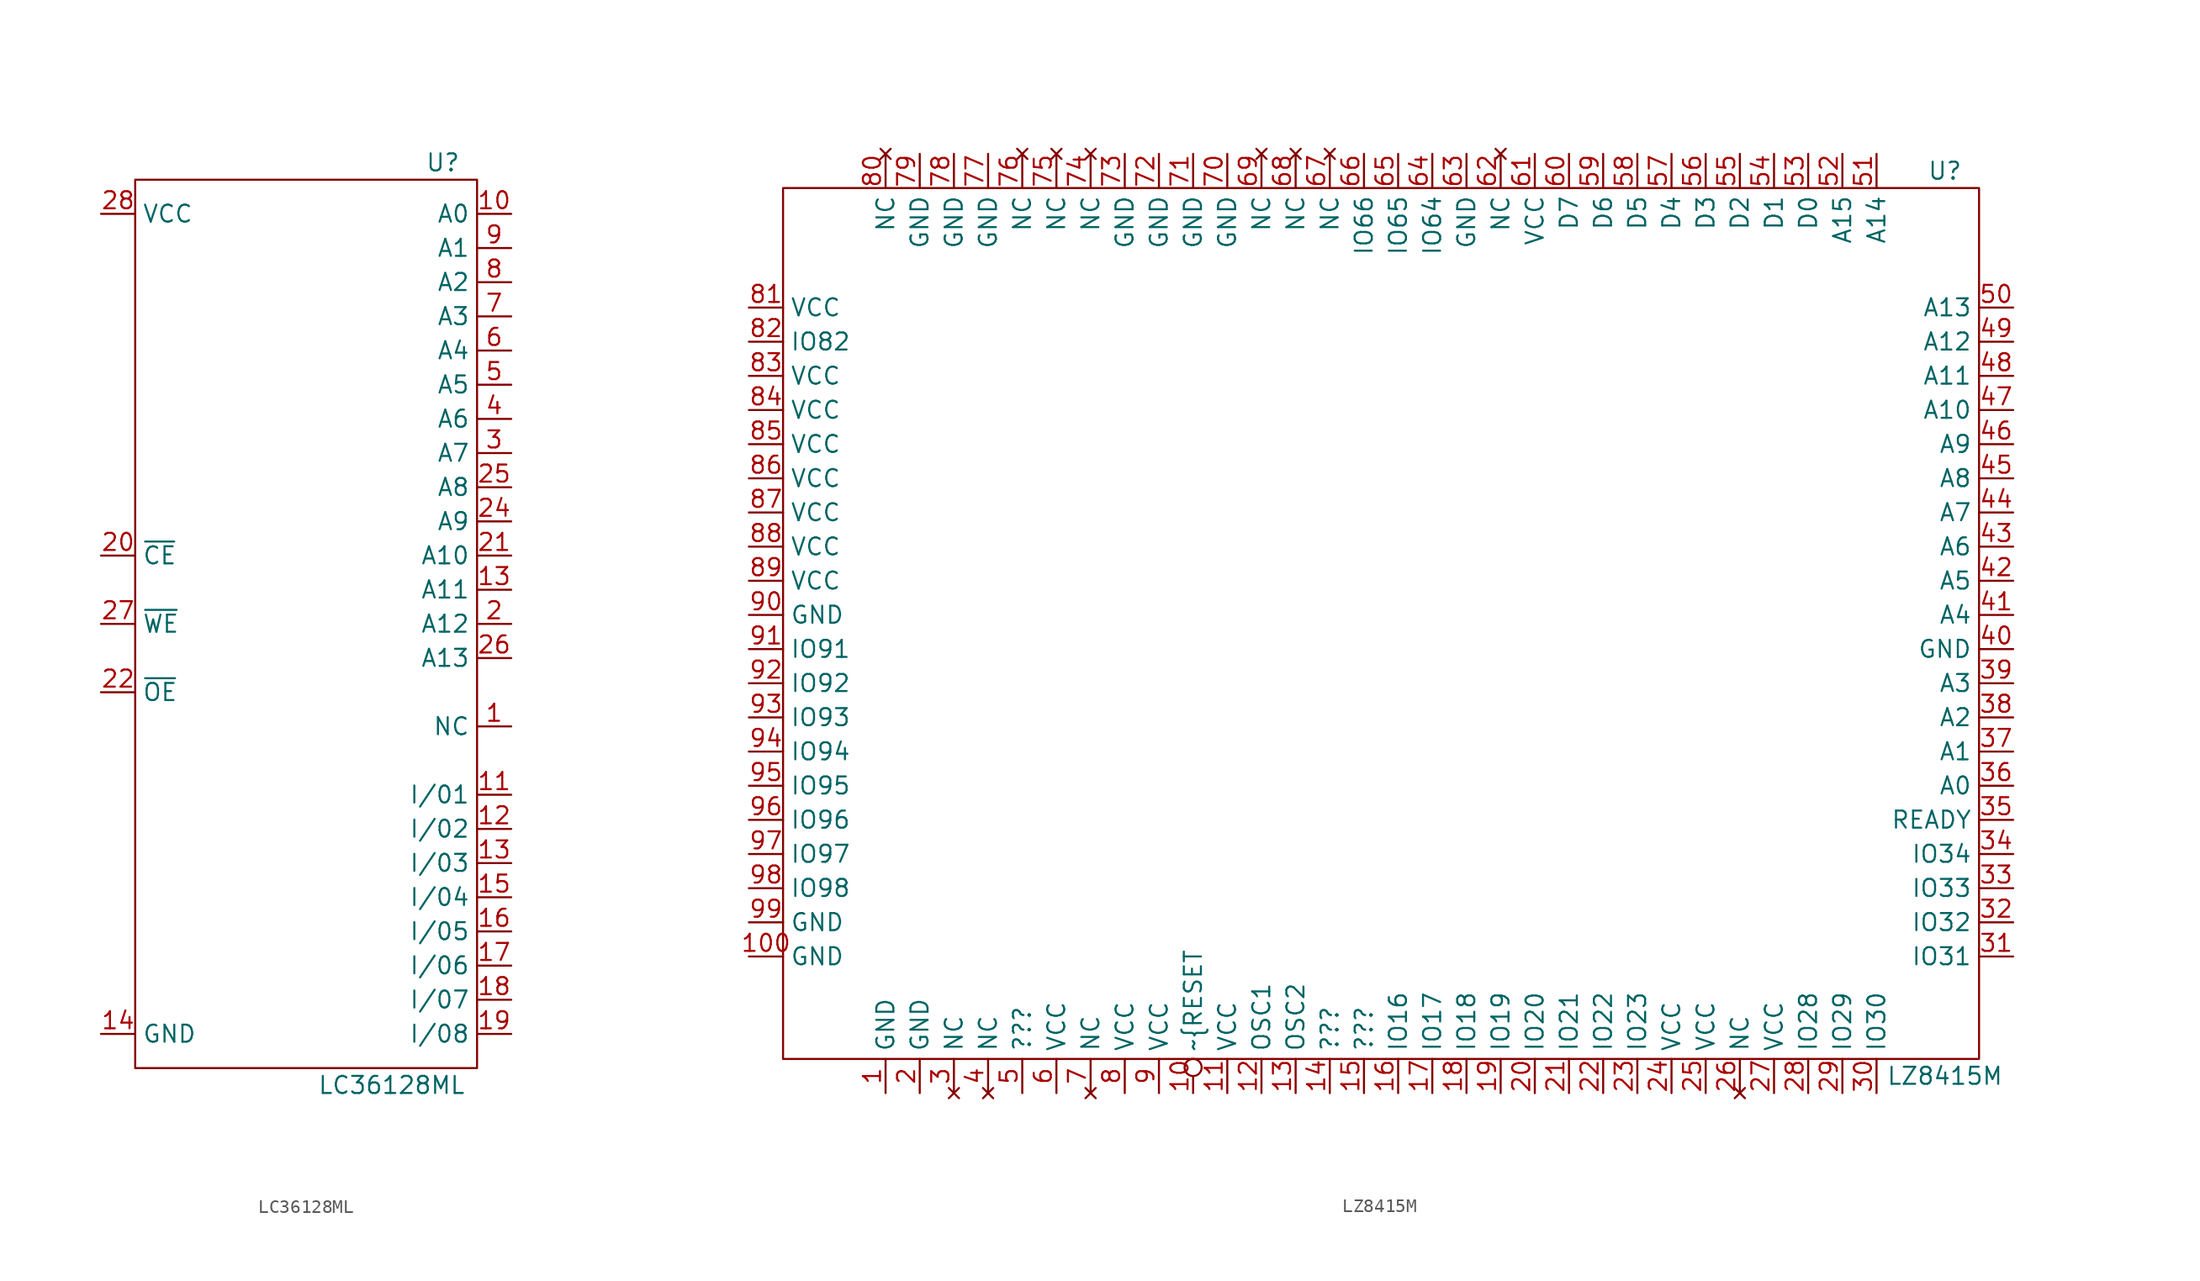
<source format=kicad_sym>
(kicad_symbol_lib
  (version 20211014)
  (generator kicad_symbol_editor)
  (symbol "LC36128ML"
    (property "Reference" "U"
      (at 10.16 34.29 0)
      (effects (font (size 1.27 1.27))))
    (property "Value" "LC36128ML"
      (at 6.35 -34.29 0)
      (effects (font (size 1.27 1.27))))
    (symbol "LC36128ML_0_1"
      (rectangle (start -12.7 33.02) (end 12.7 -33.02) (stroke (width 0) (type default) (color 0 0 0 0)) (fill (type none))))
    (symbol "LC36128ML_1_1"
      (pin input line (at 15.24 -7.62 180) (length 2.54) (name "NC" (effects (font (size 1.27 1.27)))) (number "1" (effects (font (size 1.27 1.27)))))
      (pin input line (at 15.24 30.48 180) (length 2.54) (name "A0" (effects (font (size 1.27 1.27)))) (number "10" (effects (font (size 1.27 1.27)))))
      (pin bidirectional line (at 15.24 -12.7 180) (length 2.54) (name "I/01" (effects (font (size 1.27 1.27)))) (number "11" (effects (font (size 1.27 1.27)))))
      (pin bidirectional line (at 15.24 -15.24 180) (length 2.54) (name "I/02" (effects (font (size 1.27 1.27)))) (number "12" (effects (font (size 1.27 1.27)))))
      (pin input line (at 15.24 2.54 180) (length 2.54) (name "A11" (effects (font (size 1.27 1.27)))) (number "13" (effects (font (size 1.27 1.27)))))
      (pin bidirectional line (at 15.24 -17.78 180) (length 2.54) (name "I/03" (effects (font (size 1.27 1.27)))) (number "13" (effects (font (size 1.27 1.27)))))
      (pin power_in line (at -15.24 -30.48 0) (length 2.54) (name "GND" (effects (font (size 1.27 1.27)))) (number "14" (effects (font (size 1.27 1.27)))))
      (pin bidirectional line (at 15.24 -20.32 180) (length 2.54) (name "I/04" (effects (font (size 1.27 1.27)))) (number "15" (effects (font (size 1.27 1.27)))))
      (pin bidirectional line (at 15.24 -22.86 180) (length 2.54) (name "I/05" (effects (font (size 1.27 1.27)))) (number "16" (effects (font (size 1.27 1.27)))))
      (pin bidirectional line (at 15.24 -25.4 180) (length 2.54) (name "I/06" (effects (font (size 1.27 1.27)))) (number "17" (effects (font (size 1.27 1.27)))))
      (pin bidirectional line (at 15.24 -27.94 180) (length 2.54) (name "I/07" (effects (font (size 1.27 1.27)))) (number "18" (effects (font (size 1.27 1.27)))))
      (pin bidirectional line (at 15.24 -30.48 180) (length 2.54) (name "I/08" (effects (font (size 1.27 1.27)))) (number "19" (effects (font (size 1.27 1.27)))))
      (pin input line (at 15.24 0 180) (length 2.54) (name "A12" (effects (font (size 1.27 1.27)))) (number "2" (effects (font (size 1.27 1.27)))))
      (pin input line (at -15.24 5.08 0) (length 2.54) (name "~{CE}" (effects (font (size 1.27 1.27)))) (number "20" (effects (font (size 1.27 1.27)))))
      (pin input line (at 15.24 5.08 180) (length 2.54) (name "A10" (effects (font (size 1.27 1.27)))) (number "21" (effects (font (size 1.27 1.27)))))
      (pin input line (at -15.24 -5.08 0) (length 2.54) (name "~{OE}" (effects (font (size 1.27 1.27)))) (number "22" (effects (font (size 1.27 1.27)))))
      (pin input line (at 15.24 7.62 180) (length 2.54) (name "A9" (effects (font (size 1.27 1.27)))) (number "24" (effects (font (size 1.27 1.27)))))
      (pin input line (at 15.24 10.16 180) (length 2.54) (name "A8" (effects (font (size 1.27 1.27)))) (number "25" (effects (font (size 1.27 1.27)))))
      (pin input line (at 15.24 -2.54 180) (length 2.54) (name "A13" (effects (font (size 1.27 1.27)))) (number "26" (effects (font (size 1.27 1.27)))))
      (pin input line (at -15.24 0 0) (length 2.54) (name "~{WE}" (effects (font (size 1.27 1.27)))) (number "27" (effects (font (size 1.27 1.27)))))
      (pin power_in line (at -15.24 30.48 0) (length 2.54) (name "VCC" (effects (font (size 1.27 1.27)))) (number "28" (effects (font (size 1.27 1.27)))))
      (pin input line (at 15.24 12.7 180) (length 2.54) (name "A7" (effects (font (size 1.27 1.27)))) (number "3" (effects (font (size 1.27 1.27)))))
      (pin input line (at 15.24 15.24 180) (length 2.54) (name "A6" (effects (font (size 1.27 1.27)))) (number "4" (effects (font (size 1.27 1.27)))))
      (pin input line (at 15.24 17.78 180) (length 2.54) (name "A5" (effects (font (size 1.27 1.27)))) (number "5" (effects (font (size 1.27 1.27)))))
      (pin input line (at 15.24 20.32 180) (length 2.54) (name "A4" (effects (font (size 1.27 1.27)))) (number "6" (effects (font (size 1.27 1.27)))))
      (pin input line (at 15.24 22.86 180) (length 2.54) (name "A3" (effects (font (size 1.27 1.27)))) (number "7" (effects (font (size 1.27 1.27)))))
      (pin input line (at 15.24 25.4 180) (length 2.54) (name "A2" (effects (font (size 1.27 1.27)))) (number "8" (effects (font (size 1.27 1.27)))))
      (pin input line (at 15.24 27.94 180) (length 2.54) (name "A1" (effects (font (size 1.27 1.27)))) (number "9" (effects (font (size 1.27 1.27)))))))
  (symbol "LZ8415M"
    (property "Reference" "U"
      (at 41.91 34.29 0)
      (effects (font (size 1.27 1.27))))
    (property "Value" "LZ8415M"
      (at 41.91 -33.02 0)
      (effects (font (size 1.27 1.27))))
    (symbol "LZ8415M_0_1"
      (rectangle (start -44.45 33.02) (end 44.45 -31.75) (stroke (width 0) (type default) (color 0 0 0 0)) (fill (type none))))
    (symbol "LZ8415M_1_1"
      (pin power_in line (at -36.83 -34.29 90) (length 2.54) (name "GND" (effects (font (size 1.27 1.27)))) (number "1" (effects (font (size 1.27 1.27)))))
      (pin input inverted (at -13.97 -34.29 90) (length 2.54) (name "~{RESET" (effects (font (size 1.27 1.27)))) (number "10" (effects (font (size 1.27 1.27)))))
      (pin power_in line (at -46.99 -24.13 0) (length 2.54) (name "GND" (effects (font (size 1.27 1.27)))) (number "100" (effects (font (size 1.27 1.27)))))
      (pin power_in line (at -11.43 -34.29 90) (length 2.54) (name "VCC" (effects (font (size 1.27 1.27)))) (number "11" (effects (font (size 1.27 1.27)))))
      (pin bidirectional line (at -8.89 -34.29 90) (length 2.54) (name "OSC1" (effects (font (size 1.27 1.27)))) (number "12" (effects (font (size 1.27 1.27)))))
      (pin bidirectional line (at -6.35 -34.29 90) (length 2.54) (name "OSC2" (effects (font (size 1.27 1.27)))) (number "13" (effects (font (size 1.27 1.27)))))
      (pin bidirectional line (at -3.81 -34.29 90) (length 2.54) (name "???" (effects (font (size 1.27 1.27)))) (number "14" (effects (font (size 1.27 1.27)))))
      (pin bidirectional line (at -1.27 -34.29 90) (length 2.54) (name "???" (effects (font (size 1.27 1.27)))) (number "15" (effects (font (size 1.27 1.27)))))
      (pin bidirectional line (at 1.27 -34.29 90) (length 2.54) (name "IO16" (effects (font (size 1.27 1.27)))) (number "16" (effects (font (size 1.27 1.27)))))
      (pin bidirectional line (at 3.81 -34.29 90) (length 2.54) (name "IO17" (effects (font (size 1.27 1.27)))) (number "17" (effects (font (size 1.27 1.27)))))
      (pin bidirectional line (at 6.35 -34.29 90) (length 2.54) (name "IO18" (effects (font (size 1.27 1.27)))) (number "18" (effects (font (size 1.27 1.27)))))
      (pin bidirectional line (at 8.89 -34.29 90) (length 2.54) (name "IO19" (effects (font (size 1.27 1.27)))) (number "19" (effects (font (size 1.27 1.27)))))
      (pin power_in line (at -34.29 -34.29 90) (length 2.54) (name "GND" (effects (font (size 1.27 1.27)))) (number "2" (effects (font (size 1.27 1.27)))))
      (pin bidirectional line (at 11.43 -34.29 90) (length 2.54) (name "IO20" (effects (font (size 1.27 1.27)))) (number "20" (effects (font (size 1.27 1.27)))))
      (pin bidirectional line (at 13.97 -34.29 90) (length 2.54) (name "IO21" (effects (font (size 1.27 1.27)))) (number "21" (effects (font (size 1.27 1.27)))))
      (pin bidirectional line (at 16.51 -34.29 90) (length 2.54) (name "IO22" (effects (font (size 1.27 1.27)))) (number "22" (effects (font (size 1.27 1.27)))))
      (pin bidirectional line (at 19.05 -34.29 90) (length 2.54) (name "IO23" (effects (font (size 1.27 1.27)))) (number "23" (effects (font (size 1.27 1.27)))))
      (pin power_in line (at 21.59 -34.29 90) (length 2.54) (name "VCC" (effects (font (size 1.27 1.27)))) (number "24" (effects (font (size 1.27 1.27)))))
      (pin power_in line (at 24.13 -34.29 90) (length 2.54) (name "VCC" (effects (font (size 1.27 1.27)))) (number "25" (effects (font (size 1.27 1.27)))))
      (pin no_connect line (at 26.67 -34.29 90) (length 2.54) (name "NC" (effects (font (size 1.27 1.27)))) (number "26" (effects (font (size 1.27 1.27)))))
      (pin power_in line (at 29.21 -34.29 90) (length 2.54) (name "VCC" (effects (font (size 1.27 1.27)))) (number "27" (effects (font (size 1.27 1.27)))))
      (pin bidirectional line (at 31.75 -34.29 90) (length 2.54) (name "IO28" (effects (font (size 1.27 1.27)))) (number "28" (effects (font (size 1.27 1.27)))))
      (pin bidirectional line (at 34.29 -34.29 90) (length 2.54) (name "IO29" (effects (font (size 1.27 1.27)))) (number "29" (effects (font (size 1.27 1.27)))))
      (pin no_connect line (at -31.75 -34.29 90) (length 2.54) (name "NC" (effects (font (size 1.27 1.27)))) (number "3" (effects (font (size 1.27 1.27)))))
      (pin bidirectional line (at 36.83 -34.29 90) (length 2.54) (name "IO30" (effects (font (size 1.27 1.27)))) (number "30" (effects (font (size 1.27 1.27)))))
      (pin bidirectional line (at 46.99 -24.13 180) (length 2.54) (name "IO31" (effects (font (size 1.27 1.27)))) (number "31" (effects (font (size 1.27 1.27)))))
      (pin bidirectional line (at 46.99 -21.59 180) (length 2.54) (name "IO32" (effects (font (size 1.27 1.27)))) (number "32" (effects (font (size 1.27 1.27)))))
      (pin bidirectional line (at 46.99 -19.05 180) (length 2.54) (name "IO33" (effects (font (size 1.27 1.27)))) (number "33" (effects (font (size 1.27 1.27)))))
      (pin bidirectional line (at 46.99 -16.51 180) (length 2.54) (name "IO34" (effects (font (size 1.27 1.27)))) (number "34" (effects (font (size 1.27 1.27)))))
      (pin input line (at 46.99 -13.97 180) (length 2.54) (name "READY" (effects (font (size 1.27 1.27)))) (number "35" (effects (font (size 1.27 1.27)))))
      (pin output line (at 46.99 -11.43 180) (length 2.54) (name "A0" (effects (font (size 1.27 1.27)))) (number "36" (effects (font (size 1.27 1.27)))))
      (pin output line (at 46.99 -8.89 180) (length 2.54) (name "A1" (effects (font (size 1.27 1.27)))) (number "37" (effects (font (size 1.27 1.27)))))
      (pin output line (at 46.99 -6.35 180) (length 2.54) (name "A2" (effects (font (size 1.27 1.27)))) (number "38" (effects (font (size 1.27 1.27)))))
      (pin output line (at 46.99 -3.81 180) (length 2.54) (name "A3" (effects (font (size 1.27 1.27)))) (number "39" (effects (font (size 1.27 1.27)))))
      (pin no_connect line (at -29.21 -34.29 90) (length 2.54) (name "NC" (effects (font (size 1.27 1.27)))) (number "4" (effects (font (size 1.27 1.27)))))
      (pin power_in line (at 46.99 -1.27 180) (length 2.54) (name "GND" (effects (font (size 1.27 1.27)))) (number "40" (effects (font (size 1.27 1.27)))))
      (pin output line (at 46.99 1.27 180) (length 2.54) (name "A4" (effects (font (size 1.27 1.27)))) (number "41" (effects (font (size 1.27 1.27)))))
      (pin output line (at 46.99 3.81 180) (length 2.54) (name "A5" (effects (font (size 1.27 1.27)))) (number "42" (effects (font (size 1.27 1.27)))))
      (pin output line (at 46.99 6.35 180) (length 2.54) (name "A6" (effects (font (size 1.27 1.27)))) (number "43" (effects (font (size 1.27 1.27)))))
      (pin output line (at 46.99 8.89 180) (length 2.54) (name "A7" (effects (font (size 1.27 1.27)))) (number "44" (effects (font (size 1.27 1.27)))))
      (pin output line (at 46.99 11.43 180) (length 2.54) (name "A8" (effects (font (size 1.27 1.27)))) (number "45" (effects (font (size 1.27 1.27)))))
      (pin output line (at 46.99 13.97 180) (length 2.54) (name "A9" (effects (font (size 1.27 1.27)))) (number "46" (effects (font (size 1.27 1.27)))))
      (pin output line (at 46.99 16.51 180) (length 2.54) (name "A10" (effects (font (size 1.27 1.27)))) (number "47" (effects (font (size 1.27 1.27)))))
      (pin output line (at 46.99 19.05 180) (length 2.54) (name "A11" (effects (font (size 1.27 1.27)))) (number "48" (effects (font (size 1.27 1.27)))))
      (pin output line (at 46.99 21.59 180) (length 2.54) (name "A12" (effects (font (size 1.27 1.27)))) (number "49" (effects (font (size 1.27 1.27)))))
      (pin bidirectional line (at -26.67 -34.29 90) (length 2.54) (name "???" (effects (font (size 1.27 1.27)))) (number "5" (effects (font (size 1.27 1.27)))))
      (pin output line (at 46.99 24.13 180) (length 2.54) (name "A13" (effects (font (size 1.27 1.27)))) (number "50" (effects (font (size 1.27 1.27)))))
      (pin output line (at 36.83 35.56 270) (length 2.54) (name "A14" (effects (font (size 1.27 1.27)))) (number "51" (effects (font (size 1.27 1.27)))))
      (pin output line (at 34.29 35.56 270) (length 2.54) (name "A15" (effects (font (size 1.27 1.27)))) (number "52" (effects (font (size 1.27 1.27)))))
      (pin bidirectional line (at 31.75 35.56 270) (length 2.54) (name "D0" (effects (font (size 1.27 1.27)))) (number "53" (effects (font (size 1.27 1.27)))))
      (pin bidirectional line (at 29.21 35.56 270) (length 2.54) (name "D1" (effects (font (size 1.27 1.27)))) (number "54" (effects (font (size 1.27 1.27)))))
      (pin bidirectional line (at 26.67 35.56 270) (length 2.54) (name "D2" (effects (font (size 1.27 1.27)))) (number "55" (effects (font (size 1.27 1.27)))))
      (pin bidirectional line (at 24.13 35.56 270) (length 2.54) (name "D3" (effects (font (size 1.27 1.27)))) (number "56" (effects (font (size 1.27 1.27)))))
      (pin bidirectional line (at 21.59 35.56 270) (length 2.54) (name "D4" (effects (font (size 1.27 1.27)))) (number "57" (effects (font (size 1.27 1.27)))))
      (pin bidirectional line (at 19.05 35.56 270) (length 2.54) (name "D5" (effects (font (size 1.27 1.27)))) (number "58" (effects (font (size 1.27 1.27)))))
      (pin bidirectional line (at 16.51 35.56 270) (length 2.54) (name "D6" (effects (font (size 1.27 1.27)))) (number "59" (effects (font (size 1.27 1.27)))))
      (pin power_in line (at -24.13 -34.29 90) (length 2.54) (name "VCC" (effects (font (size 1.27 1.27)))) (number "6" (effects (font (size 1.27 1.27)))))
      (pin bidirectional line (at 13.97 35.56 270) (length 2.54) (name "D7" (effects (font (size 1.27 1.27)))) (number "60" (effects (font (size 1.27 1.27)))))
      (pin power_in line (at 11.43 35.56 270) (length 2.54) (name "VCC" (effects (font (size 1.27 1.27)))) (number "61" (effects (font (size 1.27 1.27)))))
      (pin no_connect line (at 8.89 35.56 270) (length 2.54) (name "NC" (effects (font (size 1.27 1.27)))) (number "62" (effects (font (size 1.27 1.27)))))
      (pin power_in line (at 6.35 35.56 270) (length 2.54) (name "GND" (effects (font (size 1.27 1.27)))) (number "63" (effects (font (size 1.27 1.27)))))
      (pin bidirectional line (at 3.81 35.56 270) (length 2.54) (name "IO64" (effects (font (size 1.27 1.27)))) (number "64" (effects (font (size 1.27 1.27)))))
      (pin bidirectional line (at 1.27 35.56 270) (length 2.54) (name "IO65" (effects (font (size 1.27 1.27)))) (number "65" (effects (font (size 1.27 1.27)))))
      (pin bidirectional line (at -1.27 35.56 270) (length 2.54) (name "IO66" (effects (font (size 1.27 1.27)))) (number "66" (effects (font (size 1.27 1.27)))))
      (pin no_connect line (at -3.81 35.56 270) (length 2.54) (name "NC" (effects (font (size 1.27 1.27)))) (number "67" (effects (font (size 1.27 1.27)))))
      (pin no_connect line (at -6.35 35.56 270) (length 2.54) (name "NC" (effects (font (size 1.27 1.27)))) (number "68" (effects (font (size 1.27 1.27)))))
      (pin no_connect line (at -8.89 35.56 270) (length 2.54) (name "NC" (effects (font (size 1.27 1.27)))) (number "69" (effects (font (size 1.27 1.27)))))
      (pin no_connect line (at -21.59 -34.29 90) (length 2.54) (name "NC" (effects (font (size 1.27 1.27)))) (number "7" (effects (font (size 1.27 1.27)))))
      (pin power_in line (at -11.43 35.56 270) (length 2.54) (name "GND" (effects (font (size 1.27 1.27)))) (number "70" (effects (font (size 1.27 1.27)))))
      (pin power_in line (at -13.97 35.56 270) (length 2.54) (name "GND" (effects (font (size 1.27 1.27)))) (number "71" (effects (font (size 1.27 1.27)))))
      (pin power_in line (at -16.51 35.56 270) (length 2.54) (name "GND" (effects (font (size 1.27 1.27)))) (number "72" (effects (font (size 1.27 1.27)))))
      (pin power_in line (at -19.05 35.56 270) (length 2.54) (name "GND" (effects (font (size 1.27 1.27)))) (number "73" (effects (font (size 1.27 1.27)))))
      (pin no_connect line (at -21.59 35.56 270) (length 2.54) (name "NC" (effects (font (size 1.27 1.27)))) (number "74" (effects (font (size 1.27 1.27)))))
      (pin no_connect line (at -24.13 35.56 270) (length 2.54) (name "NC" (effects (font (size 1.27 1.27)))) (number "75" (effects (font (size 1.27 1.27)))))
      (pin no_connect line (at -26.67 35.56 270) (length 2.54) (name "NC" (effects (font (size 1.27 1.27)))) (number "76" (effects (font (size 1.27 1.27)))))
      (pin power_in line (at -29.21 35.56 270) (length 2.54) (name "GND" (effects (font (size 1.27 1.27)))) (number "77" (effects (font (size 1.27 1.27)))))
      (pin power_in line (at -31.75 35.56 270) (length 2.54) (name "GND" (effects (font (size 1.27 1.27)))) (number "78" (effects (font (size 1.27 1.27)))))
      (pin power_in line (at -34.29 35.56 270) (length 2.54) (name "GND" (effects (font (size 1.27 1.27)))) (number "79" (effects (font (size 1.27 1.27)))))
      (pin power_in line (at -19.05 -34.29 90) (length 2.54) (name "VCC" (effects (font (size 1.27 1.27)))) (number "8" (effects (font (size 1.27 1.27)))))
      (pin no_connect line (at -36.83 35.56 270) (length 2.54) (name "NC" (effects (font (size 1.27 1.27)))) (number "80" (effects (font (size 1.27 1.27)))))
      (pin power_in line (at -46.99 24.13 0) (length 2.54) (name "VCC" (effects (font (size 1.27 1.27)))) (number "81" (effects (font (size 1.27 1.27)))))
      (pin bidirectional line (at -46.99 21.59 0) (length 2.54) (name "IO82" (effects (font (size 1.27 1.27)))) (number "82" (effects (font (size 1.27 1.27)))))
      (pin power_in line (at -46.99 19.05 0) (length 2.54) (name "VCC" (effects (font (size 1.27 1.27)))) (number "83" (effects (font (size 1.27 1.27)))))
      (pin power_in line (at -46.99 16.51 0) (length 2.54) (name "VCC" (effects (font (size 1.27 1.27)))) (number "84" (effects (font (size 1.27 1.27)))))
      (pin power_in line (at -46.99 13.97 0) (length 2.54) (name "VCC" (effects (font (size 1.27 1.27)))) (number "85" (effects (font (size 1.27 1.27)))))
      (pin power_in line (at -46.99 11.43 0) (length 2.54) (name "VCC" (effects (font (size 1.27 1.27)))) (number "86" (effects (font (size 1.27 1.27)))))
      (pin power_in line (at -46.99 8.89 0) (length 2.54) (name "VCC" (effects (font (size 1.27 1.27)))) (number "87" (effects (font (size 1.27 1.27)))))
      (pin power_in line (at -46.99 6.35 0) (length 2.54) (name "VCC" (effects (font (size 1.27 1.27)))) (number "88" (effects (font (size 1.27 1.27)))))
      (pin power_in line (at -46.99 3.81 0) (length 2.54) (name "VCC" (effects (font (size 1.27 1.27)))) (number "89" (effects (font (size 1.27 1.27)))))
      (pin power_in line (at -16.51 -34.29 90) (length 2.54) (name "VCC" (effects (font (size 1.27 1.27)))) (number "9" (effects (font (size 1.27 1.27)))))
      (pin power_in line (at -46.99 1.27 0) (length 2.54) (name "GND" (effects (font (size 1.27 1.27)))) (number "90" (effects (font (size 1.27 1.27)))))
      (pin bidirectional line (at -46.99 -1.27 0) (length 2.54) (name "IO91" (effects (font (size 1.27 1.27)))) (number "91" (effects (font (size 1.27 1.27)))))
      (pin bidirectional line (at -46.99 -3.81 0) (length 2.54) (name "IO92" (effects (font (size 1.27 1.27)))) (number "92" (effects (font (size 1.27 1.27)))))
      (pin bidirectional line (at -46.99 -6.35 0) (length 2.54) (name "IO93" (effects (font (size 1.27 1.27)))) (number "93" (effects (font (size 1.27 1.27)))))
      (pin bidirectional line (at -46.99 -8.89 0) (length 2.54) (name "IO94" (effects (font (size 1.27 1.27)))) (number "94" (effects (font (size 1.27 1.27)))))
      (pin bidirectional line (at -46.99 -11.43 0) (length 2.54) (name "IO95" (effects (font (size 1.27 1.27)))) (number "95" (effects (font (size 1.27 1.27)))))
      (pin bidirectional line (at -46.99 -13.97 0) (length 2.54) (name "IO96" (effects (font (size 1.27 1.27)))) (number "96" (effects (font (size 1.27 1.27)))))
      (pin bidirectional line (at -46.99 -16.51 0) (length 2.54) (name "IO97" (effects (font (size 1.27 1.27)))) (number "97" (effects (font (size 1.27 1.27)))))
      (pin bidirectional line (at -46.99 -19.05 0) (length 2.54) (name "IO98" (effects (font (size 1.27 1.27)))) (number "98" (effects (font (size 1.27 1.27)))))
      (pin power_in line (at -46.99 -21.59 0) (length 2.54) (name "GND" (effects (font (size 1.27 1.27)))) (number "99" (effects (font (size 1.27 1.27))))))))
</source>
